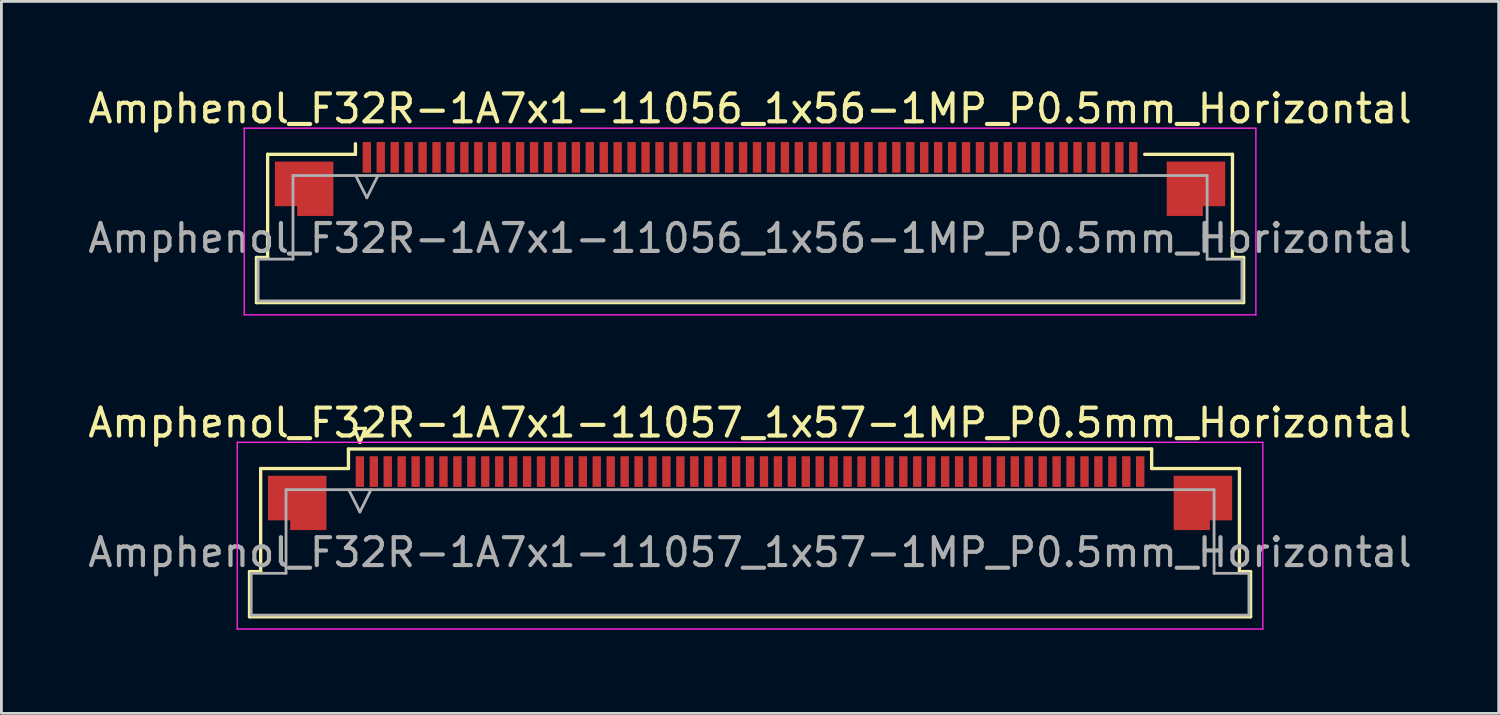
<source format=kicad_pcb>
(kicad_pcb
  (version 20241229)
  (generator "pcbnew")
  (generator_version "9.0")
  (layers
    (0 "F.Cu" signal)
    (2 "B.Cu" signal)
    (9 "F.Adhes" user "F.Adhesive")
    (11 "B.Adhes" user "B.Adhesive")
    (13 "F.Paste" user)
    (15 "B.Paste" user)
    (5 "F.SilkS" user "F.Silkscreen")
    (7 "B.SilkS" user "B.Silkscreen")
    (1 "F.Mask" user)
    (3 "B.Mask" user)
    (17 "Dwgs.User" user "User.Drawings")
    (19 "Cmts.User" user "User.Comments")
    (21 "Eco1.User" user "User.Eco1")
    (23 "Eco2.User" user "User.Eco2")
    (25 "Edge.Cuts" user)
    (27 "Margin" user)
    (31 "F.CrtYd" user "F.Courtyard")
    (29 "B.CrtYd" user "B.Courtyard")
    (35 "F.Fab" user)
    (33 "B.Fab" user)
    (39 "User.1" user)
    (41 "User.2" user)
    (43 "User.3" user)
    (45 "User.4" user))
  (footprint "Amphenol_F32R-1A7x1-11056_1x56-1MP_P0.5mm_Horizontal"
    (layer "F.Cu")
    (at 23.863 5.498)
    (property "Reference" "Amphenol_F32R-1A7x1-11056_1x56-1MP_P0.5mm_Horizontal" (at 0 -4.65 0) (layer "F.SilkS") (effects (font (size 1 1) (thickness 0.15))))
    (attr smd)
    (fp_line (start -17.71 0.69) (end -17.31 0.69) (stroke (width 0.12) (type solid)) (layer "F.SilkS"))
    (fp_line (start -17.71 2.31) (end -17.71 0.69) (stroke (width 0.12) (type solid)) (layer "F.SilkS"))
    (fp_line (start -17.31 -3.01) (end -14.16 -3.01) (stroke (width 0.12) (type solid)) (layer "F.SilkS"))
    (fp_line (start -17.31 0.69) (end -17.31 -3.01) (stroke (width 0.12) (type solid)) (layer "F.SilkS"))
    (fp_line (start -14.16 -3.01) (end -14.16 -3.39) (stroke (width 0.12) (type solid)) (layer "F.SilkS"))
    (fp_line (start 14.16 -3.01) (end 17.31 -3.01) (stroke (width 0.12) (type solid)) (layer "F.SilkS"))
    (fp_line (start 17.31 -3.01) (end 17.31 0.69) (stroke (width 0.12) (type solid)) (layer "F.SilkS"))
    (fp_line (start 17.31 0.69) (end 17.71 0.69) (stroke (width 0.12) (type solid)) (layer "F.SilkS"))
    (fp_line (start 17.71 0.69) (end 17.71 2.31) (stroke (width 0.12) (type solid)) (layer "F.SilkS"))
    (fp_line (start 17.71 2.31) (end -17.71 2.31) (stroke (width 0.12) (type solid)) (layer "F.SilkS"))
    (fp_line (start -18.15 -3.95) (end -18.15 2.75) (stroke (width 0.05) (type solid)) (layer "F.CrtYd"))
    (fp_line (start -18.15 2.75) (end 18.15 2.75) (stroke (width 0.05) (type solid)) (layer "F.CrtYd"))
    (fp_line (start 18.15 -3.95) (end -18.15 -3.95) (stroke (width 0.05) (type solid)) (layer "F.CrtYd"))
    (fp_line (start 18.15 2.75) (end 18.15 -3.95) (stroke (width 0.05) (type solid)) (layer "F.CrtYd"))
    (fp_line (start -17.65 0.75) (end -16.4 0.75) (stroke (width 0.1) (type solid)) (layer "F.Fab"))
    (fp_line (start -17.65 2.25) (end -17.65 0.75) (stroke (width 0.1) (type solid)) (layer "F.Fab"))
    (fp_line (start -16.4 -2.25) (end 16.4 -2.25) (stroke (width 0.1) (type solid)) (layer "F.Fab"))
    (fp_line (start -16.4 0.75) (end -16.4 -2.25) (stroke (width 0.1) (type solid)) (layer "F.Fab"))
    (fp_line (start -14.15 -2.25) (end -13.75 -1.45) (stroke (width 0.1) (type solid)) (layer "F.Fab"))
    (fp_line (start -13.75 -1.45) (end -13.35 -2.25) (stroke (width 0.1) (type solid)) (layer "F.Fab"))
    (fp_line (start 16.4 -2.25) (end 16.4 0.75) (stroke (width 0.1) (type solid)) (layer "F.Fab"))
    (fp_line (start 16.4 0.75) (end 17.65 0.75) (stroke (width 0.1) (type solid)) (layer "F.Fab"))
    (fp_line (start 17.65 0.75) (end 17.65 2.25) (stroke (width 0.1) (type solid)) (layer "F.Fab"))
    (fp_line (start 17.65 2.25) (end -17.65 2.25) (stroke (width 0.1) (type solid)) (layer "F.Fab"))
    (fp_text user "${REFERENCE}" (at 0 0 0) (layer "F.Fab") (effects (font (size 1 1) (thickness 0.15))))
    (pad "1" smd rect (at -13.75 -2.9) (size 0.3 1.1) (layers "F.Cu" "F.Mask" "F.Paste"))
    (pad "2" smd rect (at -13.25 -2.9) (size 0.3 1.1) (layers "F.Cu" "F.Mask" "F.Paste"))
    (pad "3" smd rect (at -12.75 -2.9) (size 0.3 1.1) (layers "F.Cu" "F.Mask" "F.Paste"))
    (pad "4" smd rect (at -12.25 -2.9) (size 0.3 1.1) (layers "F.Cu" "F.Mask" "F.Paste"))
    (pad "5" smd rect (at -11.75 -2.9) (size 0.3 1.1) (layers "F.Cu" "F.Mask" "F.Paste"))
    (pad "6" smd rect (at -11.25 -2.9) (size 0.3 1.1) (layers "F.Cu" "F.Mask" "F.Paste"))
    (pad "7" smd rect (at -10.75 -2.9) (size 0.3 1.1) (layers "F.Cu" "F.Mask" "F.Paste"))
    (pad "8" smd rect (at -10.25 -2.9) (size 0.3 1.1) (layers "F.Cu" "F.Mask" "F.Paste"))
    (pad "9" smd rect (at -9.75 -2.9) (size 0.3 1.1) (layers "F.Cu" "F.Mask" "F.Paste"))
    (pad "10" smd rect (at -9.25 -2.9) (size 0.3 1.1) (layers "F.Cu" "F.Mask" "F.Paste"))
    (pad "11" smd rect (at -8.75 -2.9) (size 0.3 1.1) (layers "F.Cu" "F.Mask" "F.Paste"))
    (pad "12" smd rect (at -8.25 -2.9) (size 0.3 1.1) (layers "F.Cu" "F.Mask" "F.Paste"))
    (pad "13" smd rect (at -7.75 -2.9) (size 0.3 1.1) (layers "F.Cu" "F.Mask" "F.Paste"))
    (pad "14" smd rect (at -7.25 -2.9) (size 0.3 1.1) (layers "F.Cu" "F.Mask" "F.Paste"))
    (pad "15" smd rect (at -6.75 -2.9) (size 0.3 1.1) (layers "F.Cu" "F.Mask" "F.Paste"))
    (pad "16" smd rect (at -6.25 -2.9) (size 0.3 1.1) (layers "F.Cu" "F.Mask" "F.Paste"))
    (pad "17" smd rect (at -5.75 -2.9) (size 0.3 1.1) (layers "F.Cu" "F.Mask" "F.Paste"))
    (pad "18" smd rect (at -5.25 -2.9) (size 0.3 1.1) (layers "F.Cu" "F.Mask" "F.Paste"))
    (pad "19" smd rect (at -4.75 -2.9) (size 0.3 1.1) (layers "F.Cu" "F.Mask" "F.Paste"))
    (pad "20" smd rect (at -4.25 -2.9) (size 0.3 1.1) (layers "F.Cu" "F.Mask" "F.Paste"))
    (pad "21" smd rect (at -3.75 -2.9) (size 0.3 1.1) (layers "F.Cu" "F.Mask" "F.Paste"))
    (pad "22" smd rect (at -3.25 -2.9) (size 0.3 1.1) (layers "F.Cu" "F.Mask" "F.Paste"))
    (pad "23" smd rect (at -2.75 -2.9) (size 0.3 1.1) (layers "F.Cu" "F.Mask" "F.Paste"))
    (pad "24" smd rect (at -2.25 -2.9) (size 0.3 1.1) (layers "F.Cu" "F.Mask" "F.Paste"))
    (pad "25" smd rect (at -1.75 -2.9) (size 0.3 1.1) (layers "F.Cu" "F.Mask" "F.Paste"))
    (pad "26" smd rect (at -1.25 -2.9) (size 0.3 1.1) (layers "F.Cu" "F.Mask" "F.Paste"))
    (pad "27" smd rect (at -0.75 -2.9) (size 0.3 1.1) (layers "F.Cu" "F.Mask" "F.Paste"))
    (pad "28" smd rect (at -0.25 -2.9) (size 0.3 1.1) (layers "F.Cu" "F.Mask" "F.Paste"))
    (pad "29" smd rect (at 0.25 -2.9) (size 0.3 1.1) (layers "F.Cu" "F.Mask" "F.Paste"))
    (pad "30" smd rect (at 0.75 -2.9) (size 0.3 1.1) (layers "F.Cu" "F.Mask" "F.Paste"))
    (pad "31" smd rect (at 1.25 -2.9) (size 0.3 1.1) (layers "F.Cu" "F.Mask" "F.Paste"))
    (pad "32" smd rect (at 1.75 -2.9) (size 0.3 1.1) (layers "F.Cu" "F.Mask" "F.Paste"))
    (pad "33" smd rect (at 2.25 -2.9) (size 0.3 1.1) (layers "F.Cu" "F.Mask" "F.Paste"))
    (pad "34" smd rect (at 2.75 -2.9) (size 0.3 1.1) (layers "F.Cu" "F.Mask" "F.Paste"))
    (pad "35" smd rect (at 3.25 -2.9) (size 0.3 1.1) (layers "F.Cu" "F.Mask" "F.Paste"))
    (pad "36" smd rect (at 3.75 -2.9) (size 0.3 1.1) (layers "F.Cu" "F.Mask" "F.Paste"))
    (pad "37" smd rect (at 4.25 -2.9) (size 0.3 1.1) (layers "F.Cu" "F.Mask" "F.Paste"))
    (pad "38" smd rect (at 4.75 -2.9) (size 0.3 1.1) (layers "F.Cu" "F.Mask" "F.Paste"))
    (pad "39" smd rect (at 5.25 -2.9) (size 0.3 1.1) (layers "F.Cu" "F.Mask" "F.Paste"))
    (pad "40" smd rect (at 5.75 -2.9) (size 0.3 1.1) (layers "F.Cu" "F.Mask" "F.Paste"))
    (pad "41" smd rect (at 6.25 -2.9) (size 0.3 1.1) (layers "F.Cu" "F.Mask" "F.Paste"))
    (pad "42" smd rect (at 6.75 -2.9) (size 0.3 1.1) (layers "F.Cu" "F.Mask" "F.Paste"))
    (pad "43" smd rect (at 7.25 -2.9) (size 0.3 1.1) (layers "F.Cu" "F.Mask" "F.Paste"))
    (pad "44" smd rect (at 7.75 -2.9) (size 0.3 1.1) (layers "F.Cu" "F.Mask" "F.Paste"))
    (pad "45" smd rect (at 8.25 -2.9) (size 0.3 1.1) (layers "F.Cu" "F.Mask" "F.Paste"))
    (pad "46" smd rect (at 8.75 -2.9) (size 0.3 1.1) (layers "F.Cu" "F.Mask" "F.Paste"))
    (pad "47" smd rect (at 9.25 -2.9) (size 0.3 1.1) (layers "F.Cu" "F.Mask" "F.Paste"))
    (pad "48" smd rect (at 9.75 -2.9) (size 0.3 1.1) (layers "F.Cu" "F.Mask" "F.Paste"))
    (pad "49" smd rect (at 10.25 -2.9) (size 0.3 1.1) (layers "F.Cu" "F.Mask" "F.Paste"))
    (pad "50" smd rect (at 10.75 -2.9) (size 0.3 1.1) (layers "F.Cu" "F.Mask" "F.Paste"))
    (pad "51" smd rect (at 11.25 -2.9) (size 0.3 1.1) (layers "F.Cu" "F.Mask" "F.Paste"))
    (pad "52" smd rect (at 11.75 -2.9) (size 0.3 1.1) (layers "F.Cu" "F.Mask" "F.Paste"))
    (pad "53" smd rect (at 12.25 -2.9) (size 0.3 1.1) (layers "F.Cu" "F.Mask" "F.Paste"))
    (pad "54" smd rect (at 12.75 -2.9) (size 0.3 1.1) (layers "F.Cu" "F.Mask" "F.Paste"))
    (pad "55" smd rect (at 13.25 -2.9) (size 0.3 1.1) (layers "F.Cu" "F.Mask" "F.Paste"))
    (pad "56" smd rect (at 13.75 -2.9) (size 0.3 1.1) (layers "F.Cu" "F.Mask" "F.Paste"))
    (pad "MP" smd custom (at -16 -1.775) (size 1 1) (layers "F.Cu" "F.Mask" "F.Paste") (options (anchor circle)) (primitives (gr_poly (pts (xy 1.05 -0.975) (xy 1.05 0.975) (xy -0.25 0.975) (xy -0.25 0.625) (xy -1.05 0.625) (xy -1.05 -0.975) (xy 1.05 -0.975)) (width 0) (fill yes))))
    (pad "MP" smd custom (at 16 -1.775) (size 1 1) (layers "F.Cu" "F.Mask" "F.Paste") (options (anchor circle)) (primitives (gr_poly (pts (xy -1.05 -0.975) (xy -1.05 0.975) (xy 0.25 0.975) (xy 0.25 0.625) (xy 1.05 0.625) (xy 1.05 -0.975) (xy -1.05 -0.975)) (width 0) (fill yes)))))
  (footprint "Amphenol_F32R-1A7x1-11057_1x57-1MP_P0.5mm_Horizontal"
    (layer "F.Cu")
    (at 23.863 16.771)
    (property "Reference" "Amphenol_F32R-1A7x1-11057_1x57-1MP_P0.5mm_Horizontal" (at 0 -4.65 0) (layer "F.SilkS") (effects (font (size 1 1) (thickness 0.15))))
    (attr smd)
    (fp_line (start -17.96 0.69) (end -17.56 0.69) (stroke (width 0.12) (type solid)) (layer "F.SilkS"))
    (fp_line (start -17.96 2.31) (end -17.96 0.69) (stroke (width 0.12) (type solid)) (layer "F.SilkS"))
    (fp_line (start -17.56 -3.01) (end -14.41 -3.01) (stroke (width 0.12) (type solid)) (layer "F.SilkS"))
    (fp_line (start -17.56 0.69) (end -17.56 -3.01) (stroke (width 0.12) (type solid)) (layer "F.SilkS"))
    (fp_line (start -14.41 -3.71) (end 14.41 -3.71) (stroke (width 0.12) (type solid)) (layer "F.SilkS"))
    (fp_line (start -14.41 -3.01) (end -14.41 -3.71) (stroke (width 0.12) (type solid)) (layer "F.SilkS"))
    (fp_line (start -14.2 -4.45) (end -14 -3.95) (stroke (width 0.12) (type solid)) (layer "F.SilkS"))
    (fp_line (start -14 -3.95) (end -13.8 -4.45) (stroke (width 0.12) (type solid)) (layer "F.SilkS"))
    (fp_line (start -13.8 -4.45) (end -14.2 -4.45) (stroke (width 0.12) (type solid)) (layer "F.SilkS"))
    (fp_line (start 14.41 -3.71) (end 14.41 -3.01) (stroke (width 0.12) (type solid)) (layer "F.SilkS"))
    (fp_line (start 14.41 -3.01) (end 17.56 -3.01) (stroke (width 0.12) (type solid)) (layer "F.SilkS"))
    (fp_line (start 17.56 -3.01) (end 17.56 0.69) (stroke (width 0.12) (type solid)) (layer "F.SilkS"))
    (fp_line (start 17.56 0.69) (end 17.96 0.69) (stroke (width 0.12) (type solid)) (layer "F.SilkS"))
    (fp_line (start 17.96 0.69) (end 17.96 2.31) (stroke (width 0.12) (type solid)) (layer "F.SilkS"))
    (fp_line (start 17.96 2.31) (end -17.96 2.31) (stroke (width 0.12) (type solid)) (layer "F.SilkS"))
    (fp_line (start -18.4 -3.95) (end -18.4 2.75) (stroke (width 0.05) (type solid)) (layer "F.CrtYd"))
    (fp_line (start -18.4 2.75) (end 18.4 2.75) (stroke (width 0.05) (type solid)) (layer "F.CrtYd"))
    (fp_line (start 18.4 -3.95) (end -18.4 -3.95) (stroke (width 0.05) (type solid)) (layer "F.CrtYd"))
    (fp_line (start 18.4 2.75) (end 18.4 -3.95) (stroke (width 0.05) (type solid)) (layer "F.CrtYd"))
    (fp_line (start -17.9 0.75) (end -16.65 0.75) (stroke (width 0.1) (type solid)) (layer "F.Fab"))
    (fp_line (start -17.9 2.25) (end -17.9 0.75) (stroke (width 0.1) (type solid)) (layer "F.Fab"))
    (fp_line (start -16.65 -2.25) (end 16.65 -2.25) (stroke (width 0.1) (type solid)) (layer "F.Fab"))
    (fp_line (start -16.65 0.75) (end -16.65 -2.25) (stroke (width 0.1) (type solid)) (layer "F.Fab"))
    (fp_line (start -14.4 -2.25) (end -14 -1.45) (stroke (width 0.1) (type solid)) (layer "F.Fab"))
    (fp_line (start -14 -1.45) (end -13.6 -2.25) (stroke (width 0.1) (type solid)) (layer "F.Fab"))
    (fp_line (start 16.65 -2.25) (end 16.65 0.75) (stroke (width 0.1) (type solid)) (layer "F.Fab"))
    (fp_line (start 16.65 0.75) (end 17.9 0.75) (stroke (width 0.1) (type solid)) (layer "F.Fab"))
    (fp_line (start 17.9 0.75) (end 17.9 2.25) (stroke (width 0.1) (type solid)) (layer "F.Fab"))
    (fp_line (start 17.9 2.25) (end -17.9 2.25) (stroke (width 0.1) (type solid)) (layer "F.Fab"))
    (fp_text user "${REFERENCE}" (at 0 0 0) (layer "F.Fab") (effects (font (size 1 1) (thickness 0.15))))
    (pad "1" smd rect (at -14 -2.9) (size 0.3 1.1) (layers "F.Cu" "F.Mask" "F.Paste"))
    (pad "2" smd rect (at -13.5 -2.9) (size 0.3 1.1) (layers "F.Cu" "F.Mask" "F.Paste"))
    (pad "3" smd rect (at -13 -2.9) (size 0.3 1.1) (layers "F.Cu" "F.Mask" "F.Paste"))
    (pad "4" smd rect (at -12.5 -2.9) (size 0.3 1.1) (layers "F.Cu" "F.Mask" "F.Paste"))
    (pad "5" smd rect (at -12 -2.9) (size 0.3 1.1) (layers "F.Cu" "F.Mask" "F.Paste"))
    (pad "6" smd rect (at -11.5 -2.9) (size 0.3 1.1) (layers "F.Cu" "F.Mask" "F.Paste"))
    (pad "7" smd rect (at -11 -2.9) (size 0.3 1.1) (layers "F.Cu" "F.Mask" "F.Paste"))
    (pad "8" smd rect (at -10.5 -2.9) (size 0.3 1.1) (layers "F.Cu" "F.Mask" "F.Paste"))
    (pad "9" smd rect (at -10 -2.9) (size 0.3 1.1) (layers "F.Cu" "F.Mask" "F.Paste"))
    (pad "10" smd rect (at -9.5 -2.9) (size 0.3 1.1) (layers "F.Cu" "F.Mask" "F.Paste"))
    (pad "11" smd rect (at -9 -2.9) (size 0.3 1.1) (layers "F.Cu" "F.Mask" "F.Paste"))
    (pad "12" smd rect (at -8.5 -2.9) (size 0.3 1.1) (layers "F.Cu" "F.Mask" "F.Paste"))
    (pad "13" smd rect (at -8 -2.9) (size 0.3 1.1) (layers "F.Cu" "F.Mask" "F.Paste"))
    (pad "14" smd rect (at -7.5 -2.9) (size 0.3 1.1) (layers "F.Cu" "F.Mask" "F.Paste"))
    (pad "15" smd rect (at -7 -2.9) (size 0.3 1.1) (layers "F.Cu" "F.Mask" "F.Paste"))
    (pad "16" smd rect (at -6.5 -2.9) (size 0.3 1.1) (layers "F.Cu" "F.Mask" "F.Paste"))
    (pad "17" smd rect (at -6 -2.9) (size 0.3 1.1) (layers "F.Cu" "F.Mask" "F.Paste"))
    (pad "18" smd rect (at -5.5 -2.9) (size 0.3 1.1) (layers "F.Cu" "F.Mask" "F.Paste"))
    (pad "19" smd rect (at -5 -2.9) (size 0.3 1.1) (layers "F.Cu" "F.Mask" "F.Paste"))
    (pad "20" smd rect (at -4.5 -2.9) (size 0.3 1.1) (layers "F.Cu" "F.Mask" "F.Paste"))
    (pad "21" smd rect (at -4 -2.9) (size 0.3 1.1) (layers "F.Cu" "F.Mask" "F.Paste"))
    (pad "22" smd rect (at -3.5 -2.9) (size 0.3 1.1) (layers "F.Cu" "F.Mask" "F.Paste"))
    (pad "23" smd rect (at -3 -2.9) (size 0.3 1.1) (layers "F.Cu" "F.Mask" "F.Paste"))
    (pad "24" smd rect (at -2.5 -2.9) (size 0.3 1.1) (layers "F.Cu" "F.Mask" "F.Paste"))
    (pad "25" smd rect (at -2 -2.9) (size 0.3 1.1) (layers "F.Cu" "F.Mask" "F.Paste"))
    (pad "26" smd rect (at -1.5 -2.9) (size 0.3 1.1) (layers "F.Cu" "F.Mask" "F.Paste"))
    (pad "27" smd rect (at -1 -2.9) (size 0.3 1.1) (layers "F.Cu" "F.Mask" "F.Paste"))
    (pad "28" smd rect (at -0.5 -2.9) (size 0.3 1.1) (layers "F.Cu" "F.Mask" "F.Paste"))
    (pad "29" smd rect (at 0 -2.9) (size 0.3 1.1) (layers "F.Cu" "F.Mask" "F.Paste"))
    (pad "30" smd rect (at 0.5 -2.9) (size 0.3 1.1) (layers "F.Cu" "F.Mask" "F.Paste"))
    (pad "31" smd rect (at 1 -2.9) (size 0.3 1.1) (layers "F.Cu" "F.Mask" "F.Paste"))
    (pad "32" smd rect (at 1.5 -2.9) (size 0.3 1.1) (layers "F.Cu" "F.Mask" "F.Paste"))
    (pad "33" smd rect (at 2 -2.9) (size 0.3 1.1) (layers "F.Cu" "F.Mask" "F.Paste"))
    (pad "34" smd rect (at 2.5 -2.9) (size 0.3 1.1) (layers "F.Cu" "F.Mask" "F.Paste"))
    (pad "35" smd rect (at 3 -2.9) (size 0.3 1.1) (layers "F.Cu" "F.Mask" "F.Paste"))
    (pad "36" smd rect (at 3.5 -2.9) (size 0.3 1.1) (layers "F.Cu" "F.Mask" "F.Paste"))
    (pad "37" smd rect (at 4 -2.9) (size 0.3 1.1) (layers "F.Cu" "F.Mask" "F.Paste"))
    (pad "38" smd rect (at 4.5 -2.9) (size 0.3 1.1) (layers "F.Cu" "F.Mask" "F.Paste"))
    (pad "39" smd rect (at 5 -2.9) (size 0.3 1.1) (layers "F.Cu" "F.Mask" "F.Paste"))
    (pad "40" smd rect (at 5.5 -2.9) (size 0.3 1.1) (layers "F.Cu" "F.Mask" "F.Paste"))
    (pad "41" smd rect (at 6 -2.9) (size 0.3 1.1) (layers "F.Cu" "F.Mask" "F.Paste"))
    (pad "42" smd rect (at 6.5 -2.9) (size 0.3 1.1) (layers "F.Cu" "F.Mask" "F.Paste"))
    (pad "43" smd rect (at 7 -2.9) (size 0.3 1.1) (layers "F.Cu" "F.Mask" "F.Paste"))
    (pad "44" smd rect (at 7.5 -2.9) (size 0.3 1.1) (layers "F.Cu" "F.Mask" "F.Paste"))
    (pad "45" smd rect (at 8 -2.9) (size 0.3 1.1) (layers "F.Cu" "F.Mask" "F.Paste"))
    (pad "46" smd rect (at 8.5 -2.9) (size 0.3 1.1) (layers "F.Cu" "F.Mask" "F.Paste"))
    (pad "47" smd rect (at 9 -2.9) (size 0.3 1.1) (layers "F.Cu" "F.Mask" "F.Paste"))
    (pad "48" smd rect (at 9.5 -2.9) (size 0.3 1.1) (layers "F.Cu" "F.Mask" "F.Paste"))
    (pad "49" smd rect (at 10 -2.9) (size 0.3 1.1) (layers "F.Cu" "F.Mask" "F.Paste"))
    (pad "50" smd rect (at 10.5 -2.9) (size 0.3 1.1) (layers "F.Cu" "F.Mask" "F.Paste"))
    (pad "51" smd rect (at 11 -2.9) (size 0.3 1.1) (layers "F.Cu" "F.Mask" "F.Paste"))
    (pad "52" smd rect (at 11.5 -2.9) (size 0.3 1.1) (layers "F.Cu" "F.Mask" "F.Paste"))
    (pad "53" smd rect (at 12 -2.9) (size 0.3 1.1) (layers "F.Cu" "F.Mask" "F.Paste"))
    (pad "54" smd rect (at 12.5 -2.9) (size 0.3 1.1) (layers "F.Cu" "F.Mask" "F.Paste"))
    (pad "55" smd rect (at 13 -2.9) (size 0.3 1.1) (layers "F.Cu" "F.Mask" "F.Paste"))
    (pad "56" smd rect (at 13.5 -2.9) (size 0.3 1.1) (layers "F.Cu" "F.Mask" "F.Paste"))
    (pad "57" smd rect (at 14 -2.9) (size 0.3 1.1) (layers "F.Cu" "F.Mask" "F.Paste"))
    (pad "MP" smd custom (at -16.25 -1.775) (size 1 1) (layers "F.Cu" "F.Mask" "F.Paste") (options (anchor circle)) (primitives (gr_poly (pts (xy 1.05 -0.975) (xy 1.05 0.975) (xy -0.25 0.975) (xy -0.25 0.625) (xy -1.05 0.625) (xy -1.05 -0.975) (xy 1.05 -0.975)) (width 0) (fill yes))))
    (pad "MP" smd custom (at 16.25 -1.775) (size 1 1) (layers "F.Cu" "F.Mask" "F.Paste") (options (anchor circle)) (primitives (gr_poly (pts (xy -1.05 -0.975) (xy -1.05 0.975) (xy 0.25 0.975) (xy 0.25 0.625) (xy 1.05 0.625) (xy 1.05 -0.975) (xy -1.05 -0.975)) (width 0) (fill yes)))))
  (gr_rect
    (start -3 -3)
    (end 50.726 22.547)
    (stroke (width 0.1) (type default))
    (fill no)
    (layer "Edge.Cuts")))
</source>
